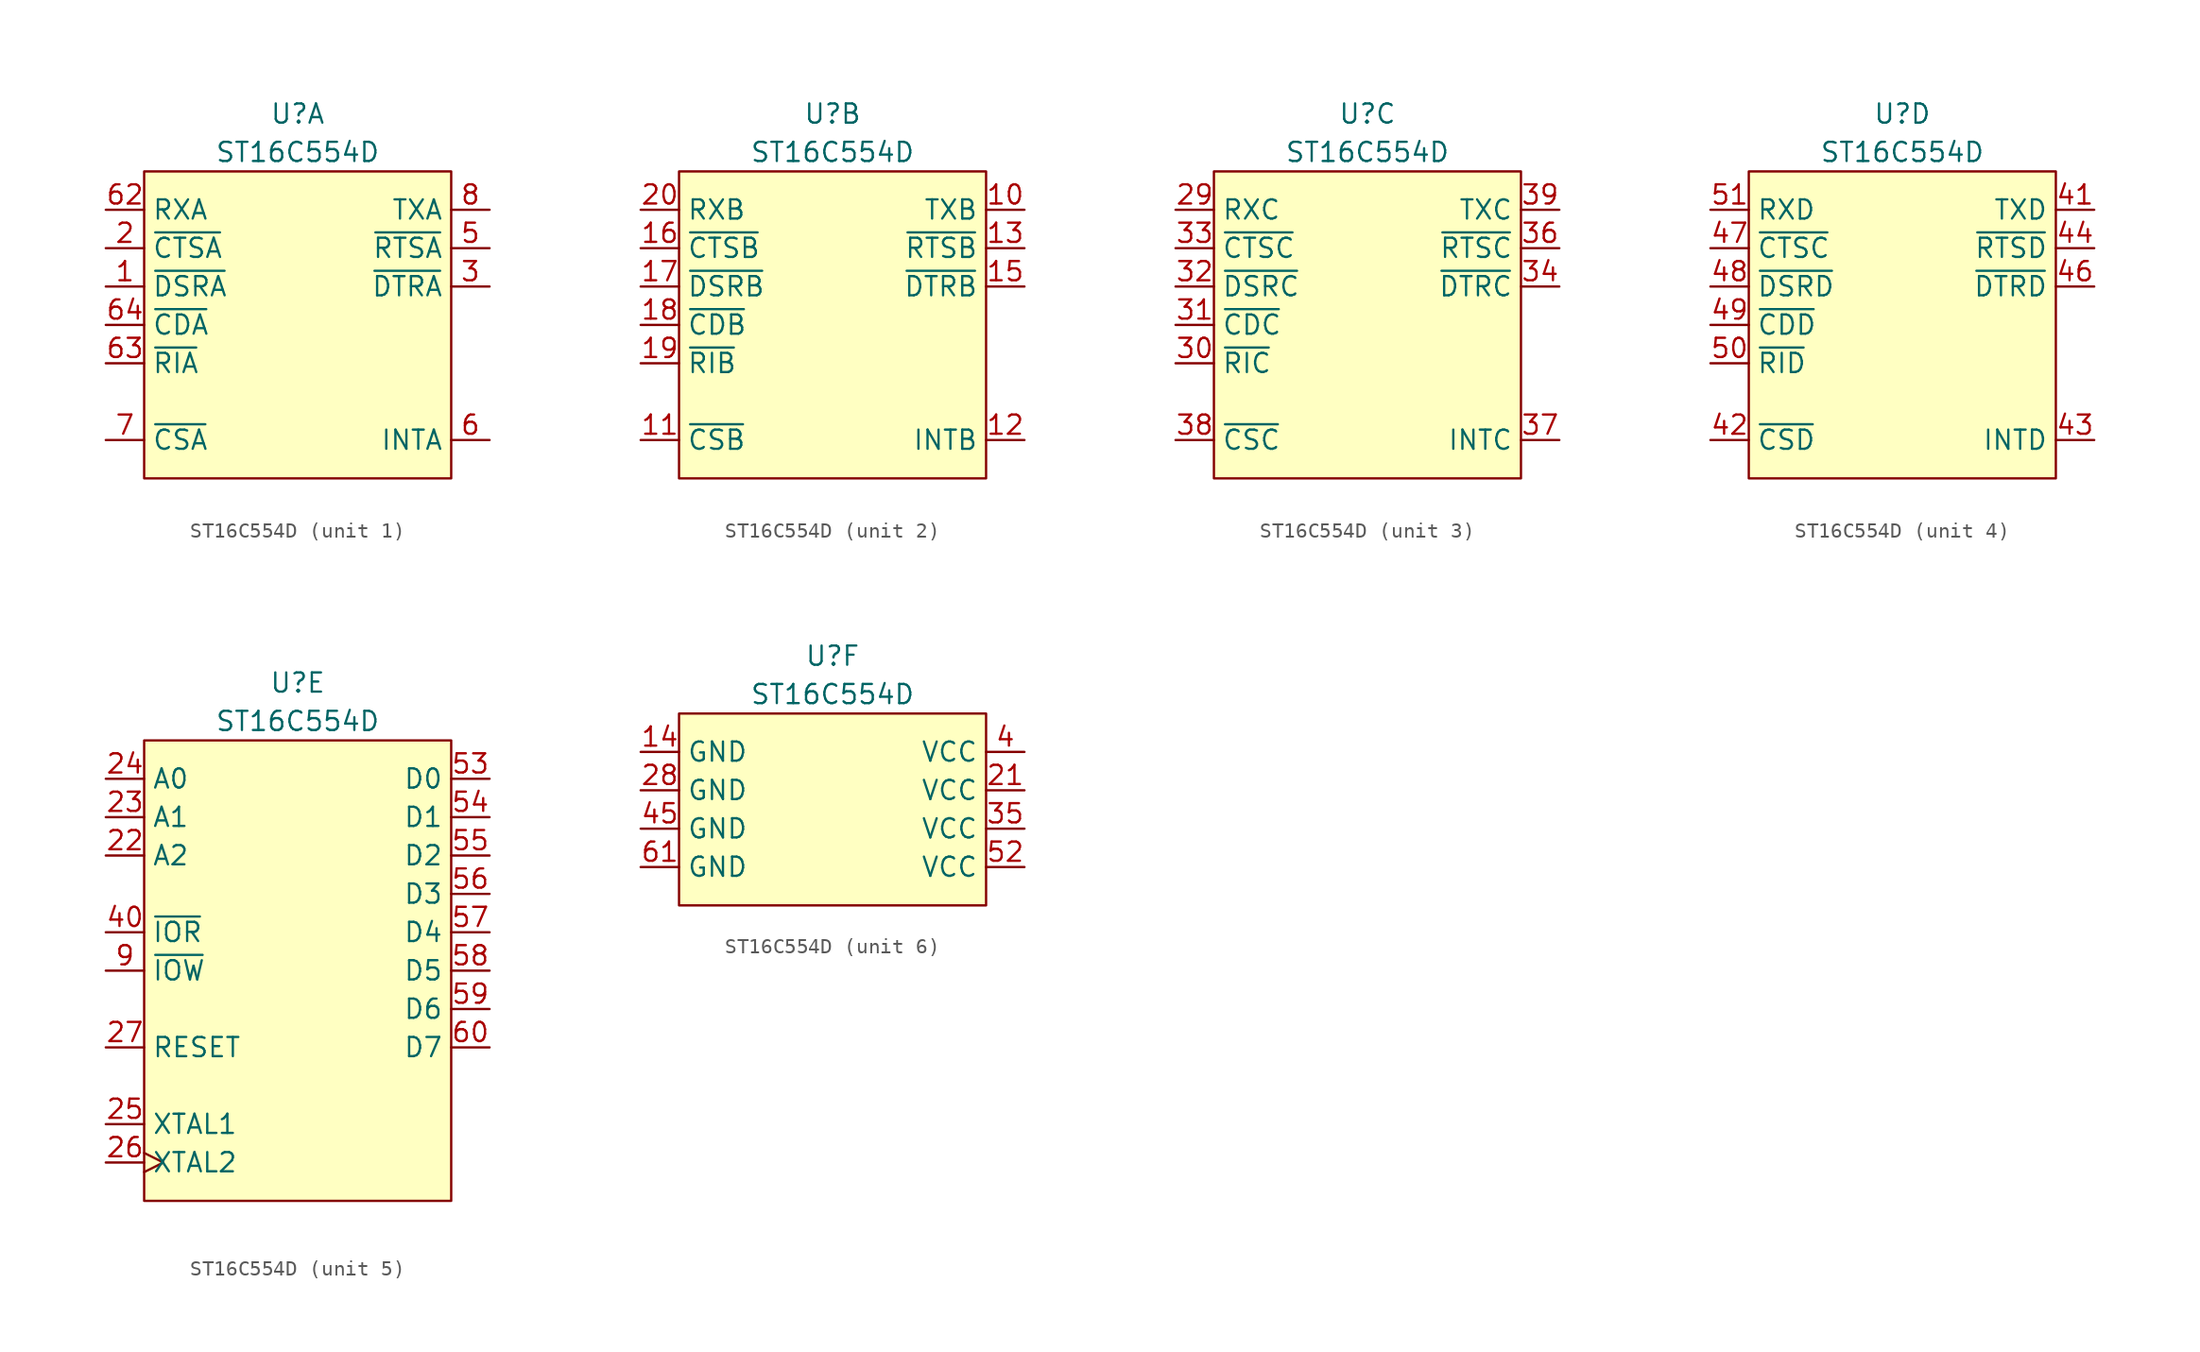
<source format=kicad_sym>
(kicad_symbol_lib
  (version 20231120)
  (generator "kicad_symbol_editor")
  (generator_version "8.0")
  (symbol "ST16C554D"
    (property "Reference" "U"
      (at 0 3.81 0)
      (do_not_autoplace)
      (effects (font (size 1.27 1.27))))
    (property "Value" "ST16C554D"
      (at 0 1.27 0)
      (do_not_autoplace)
      (effects (font (size 1.27 1.27))))
    (property "ki_locked" ""
      (at 0 0 0)
      (effects (font (size 1.27 1.27))))
    (symbol "ST16C554D_1_0"
      (pin input line (at -12.7 -7.62 0) (length 2.54) (name "~{DSRA}" (effects (font (size 1.27 1.27)))) (number "1" (effects (font (size 1.27 1.27)))))
      (pin input line (at -12.7 -5.08 0) (length 2.54) (name "~{CTSA}" (effects (font (size 1.27 1.27)))) (number "2" (effects (font (size 1.27 1.27)))))
      (pin output line (at 12.7 -7.62 180) (length 2.54) (name "~{DTRA}" (effects (font (size 1.27 1.27)))) (number "3" (effects (font (size 1.27 1.27)))))
      (pin output line (at 12.7 -5.08 180) (length 2.54) (name "~{RTSA}" (effects (font (size 1.27 1.27)))) (number "5" (effects (font (size 1.27 1.27)))))
      (pin output line (at 12.7 -17.78 180) (length 2.54) (name "INTA" (effects (font (size 1.27 1.27)))) (number "6" (effects (font (size 1.27 1.27)))))
      (pin input line (at -12.7 -2.54 0) (length 2.54) (name "RXA" (effects (font (size 1.27 1.27)))) (number "62" (effects (font (size 1.27 1.27)))))
      (pin input line (at -12.7 -12.7 0) (length 2.54) (name "~{RIA}" (effects (font (size 1.27 1.27)))) (number "63" (effects (font (size 1.27 1.27)))))
      (pin input line (at -12.7 -10.16 0) (length 2.54) (name "~{CDA}" (effects (font (size 1.27 1.27)))) (number "64" (effects (font (size 1.27 1.27)))))
      (pin input line (at -12.7 -17.78 0) (length 2.54) (name "~{CSA}" (effects (font (size 1.27 1.27)))) (number "7" (effects (font (size 1.27 1.27)))))
      (pin output line (at 12.7 -2.54 180) (length 2.54) (name "TXA" (effects (font (size 1.27 1.27)))) (number "8" (effects (font (size 1.27 1.27))))))
    (symbol "ST16C554D_1_1"
      (rectangle (start -10.16 0) (end 10.16 -20.32) (stroke (width 0) (type default)) (fill (type background))))
    (symbol "ST16C554D_2_0"
      (pin output line (at 12.7 -2.54 180) (length 2.54) (name "TXB" (effects (font (size 1.27 1.27)))) (number "10" (effects (font (size 1.27 1.27)))))
      (pin input line (at -12.7 -17.78 0) (length 2.54) (name "~{CSB}" (effects (font (size 1.27 1.27)))) (number "11" (effects (font (size 1.27 1.27)))))
      (pin output line (at 12.7 -17.78 180) (length 2.54) (name "INTB" (effects (font (size 1.27 1.27)))) (number "12" (effects (font (size 1.27 1.27)))))
      (pin output line (at 12.7 -5.08 180) (length 2.54) (name "~{RTSB}" (effects (font (size 1.27 1.27)))) (number "13" (effects (font (size 1.27 1.27)))))
      (pin output line (at 12.7 -7.62 180) (length 2.54) (name "~{DTRB}" (effects (font (size 1.27 1.27)))) (number "15" (effects (font (size 1.27 1.27)))))
      (pin input line (at -12.7 -5.08 0) (length 2.54) (name "~{CTSB}" (effects (font (size 1.27 1.27)))) (number "16" (effects (font (size 1.27 1.27)))))
      (pin input line (at -12.7 -7.62 0) (length 2.54) (name "~{DSRB}" (effects (font (size 1.27 1.27)))) (number "17" (effects (font (size 1.27 1.27)))))
      (pin input line (at -12.7 -10.16 0) (length 2.54) (name "~{CDB}" (effects (font (size 1.27 1.27)))) (number "18" (effects (font (size 1.27 1.27)))))
      (pin input line (at -12.7 -12.7 0) (length 2.54) (name "~{RIB}" (effects (font (size 1.27 1.27)))) (number "19" (effects (font (size 1.27 1.27)))))
      (pin input line (at -12.7 -2.54 0) (length 2.54) (name "RXB" (effects (font (size 1.27 1.27)))) (number "20" (effects (font (size 1.27 1.27))))))
    (symbol "ST16C554D_2_1"
      (rectangle (start -10.16 0) (end 10.16 -20.32) (stroke (width 0) (type default)) (fill (type background))))
    (symbol "ST16C554D_3_0"
      (pin input line (at -12.7 -2.54 0) (length 2.54) (name "RXC" (effects (font (size 1.27 1.27)))) (number "29" (effects (font (size 1.27 1.27)))))
      (pin input line (at -12.7 -12.7 0) (length 2.54) (name "~{RIC}" (effects (font (size 1.27 1.27)))) (number "30" (effects (font (size 1.27 1.27)))))
      (pin input line (at -12.7 -10.16 0) (length 2.54) (name "~{CDC}" (effects (font (size 1.27 1.27)))) (number "31" (effects (font (size 1.27 1.27)))))
      (pin input line (at -12.7 -7.62 0) (length 2.54) (name "~{DSRC}" (effects (font (size 1.27 1.27)))) (number "32" (effects (font (size 1.27 1.27)))))
      (pin input line (at -12.7 -5.08 0) (length 2.54) (name "~{CTSC}" (effects (font (size 1.27 1.27)))) (number "33" (effects (font (size 1.27 1.27)))))
      (pin output line (at 12.7 -7.62 180) (length 2.54) (name "~{DTRC}" (effects (font (size 1.27 1.27)))) (number "34" (effects (font (size 1.27 1.27)))))
      (pin output line (at 12.7 -5.08 180) (length 2.54) (name "~{RTSC}" (effects (font (size 1.27 1.27)))) (number "36" (effects (font (size 1.27 1.27)))))
      (pin output line (at 12.7 -17.78 180) (length 2.54) (name "INTC" (effects (font (size 1.27 1.27)))) (number "37" (effects (font (size 1.27 1.27)))))
      (pin input line (at -12.7 -17.78 0) (length 2.54) (name "~{CSC}" (effects (font (size 1.27 1.27)))) (number "38" (effects (font (size 1.27 1.27)))))
      (pin output line (at 12.7 -2.54 180) (length 2.54) (name "TXC" (effects (font (size 1.27 1.27)))) (number "39" (effects (font (size 1.27 1.27))))))
    (symbol "ST16C554D_3_1"
      (rectangle (start -10.16 0) (end 10.16 -20.32) (stroke (width 0) (type default)) (fill (type background))))
    (symbol "ST16C554D_4_0"
      (pin output line (at 12.7 -2.54 180) (length 2.54) (name "TXD" (effects (font (size 1.27 1.27)))) (number "41" (effects (font (size 1.27 1.27)))))
      (pin input line (at -12.7 -17.78 0) (length 2.54) (name "~{CSD}" (effects (font (size 1.27 1.27)))) (number "42" (effects (font (size 1.27 1.27)))))
      (pin output line (at 12.7 -17.78 180) (length 2.54) (name "INTD" (effects (font (size 1.27 1.27)))) (number "43" (effects (font (size 1.27 1.27)))))
      (pin output line (at 12.7 -5.08 180) (length 2.54) (name "~{RTSD}" (effects (font (size 1.27 1.27)))) (number "44" (effects (font (size 1.27 1.27)))))
      (pin output line (at 12.7 -7.62 180) (length 2.54) (name "~{DTRD}" (effects (font (size 1.27 1.27)))) (number "46" (effects (font (size 1.27 1.27)))))
      (pin input line (at -12.7 -5.08 0) (length 2.54) (name "~{CTSC}" (effects (font (size 1.27 1.27)))) (number "47" (effects (font (size 1.27 1.27)))))
      (pin input line (at -12.7 -7.62 0) (length 2.54) (name "~{DSRD}" (effects (font (size 1.27 1.27)))) (number "48" (effects (font (size 1.27 1.27)))))
      (pin input line (at -12.7 -10.16 0) (length 2.54) (name "~{CDD}" (effects (font (size 1.27 1.27)))) (number "49" (effects (font (size 1.27 1.27)))))
      (pin input line (at -12.7 -12.7 0) (length 2.54) (name "~{RID}" (effects (font (size 1.27 1.27)))) (number "50" (effects (font (size 1.27 1.27)))))
      (pin input line (at -12.7 -2.54 0) (length 2.54) (name "RXD" (effects (font (size 1.27 1.27)))) (number "51" (effects (font (size 1.27 1.27))))))
    (symbol "ST16C554D_4_1"
      (rectangle (start -10.16 0) (end 10.16 -20.32) (stroke (width 0) (type default)) (fill (type background))))
    (symbol "ST16C554D_5_0"
      (pin input line (at -12.7 -7.62 0) (length 2.54) (name "A2" (effects (font (size 1.27 1.27)))) (number "22" (effects (font (size 1.27 1.27)))))
      (pin input line (at -12.7 -5.08 0) (length 2.54) (name "A1" (effects (font (size 1.27 1.27)))) (number "23" (effects (font (size 1.27 1.27)))))
      (pin input line (at -12.7 -2.54 0) (length 2.54) (name "A0" (effects (font (size 1.27 1.27)))) (number "24" (effects (font (size 1.27 1.27)))))
      (pin input line (at -12.7 -25.4 0) (length 2.54) (name "XTAL1" (effects (font (size 1.27 1.27)))) (number "25" (effects (font (size 1.27 1.27)))))
      (pin output clock (at -12.7 -27.94 0) (length 2.54) (name "XTAL2" (effects (font (size 1.27 1.27)))) (number "26" (effects (font (size 1.27 1.27)))))
      (pin input line (at -12.7 -20.32 0) (length 2.54) (name "RESET" (effects (font (size 1.27 1.27)))) (number "27" (effects (font (size 1.27 1.27)))))
      (pin input line (at -12.7 -12.7 0) (length 2.54) (name "~{IOR}" (effects (font (size 1.27 1.27)))) (number "40" (effects (font (size 1.27 1.27)))))
      (pin tri_state line (at 12.7 -2.54 180) (length 2.54) (name "D0" (effects (font (size 1.27 1.27)))) (number "53" (effects (font (size 1.27 1.27)))))
      (pin tri_state line (at 12.7 -5.08 180) (length 2.54) (name "D1" (effects (font (size 1.27 1.27)))) (number "54" (effects (font (size 1.27 1.27)))))
      (pin tri_state line (at 12.7 -7.62 180) (length 2.54) (name "D2" (effects (font (size 1.27 1.27)))) (number "55" (effects (font (size 1.27 1.27)))))
      (pin tri_state line (at 12.7 -10.16 180) (length 2.54) (name "D3" (effects (font (size 1.27 1.27)))) (number "56" (effects (font (size 1.27 1.27)))))
      (pin tri_state line (at 12.7 -12.7 180) (length 2.54) (name "D4" (effects (font (size 1.27 1.27)))) (number "57" (effects (font (size 1.27 1.27)))))
      (pin tri_state line (at 12.7 -15.24 180) (length 2.54) (name "D5" (effects (font (size 1.27 1.27)))) (number "58" (effects (font (size 1.27 1.27)))))
      (pin tri_state line (at 12.7 -17.78 180) (length 2.54) (name "D6" (effects (font (size 1.27 1.27)))) (number "59" (effects (font (size 1.27 1.27)))))
      (pin tri_state line (at 12.7 -20.32 180) (length 2.54) (name "D7" (effects (font (size 1.27 1.27)))) (number "60" (effects (font (size 1.27 1.27)))))
      (pin input line (at -12.7 -15.24 0) (length 2.54) (name "~{IOW}" (effects (font (size 1.27 1.27)))) (number "9" (effects (font (size 1.27 1.27))))))
    (symbol "ST16C554D_5_1"
      (rectangle (start -10.16 0) (end 10.16 -30.48) (stroke (width 0) (type default)) (fill (type background))))
    (symbol "ST16C554D_6_0"
      (pin power_in line (at -12.7 -2.54 0) (length 2.54) (name "GND" (effects (font (size 1.27 1.27)))) (number "14" (effects (font (size 1.27 1.27)))))
      (pin power_in line (at 12.7 -5.08 180) (length 2.54) (name "VCC" (effects (font (size 1.27 1.27)))) (number "21" (effects (font (size 1.27 1.27)))))
      (pin power_in line (at -12.7 -5.08 0) (length 2.54) (name "GND" (effects (font (size 1.27 1.27)))) (number "28" (effects (font (size 1.27 1.27)))))
      (pin power_in line (at 12.7 -7.62 180) (length 2.54) (name "VCC" (effects (font (size 1.27 1.27)))) (number "35" (effects (font (size 1.27 1.27)))))
      (pin power_in line (at 12.7 -2.54 180) (length 2.54) (name "VCC" (effects (font (size 1.27 1.27)))) (number "4" (effects (font (size 1.27 1.27)))))
      (pin power_in line (at -12.7 -7.62 0) (length 2.54) (name "GND" (effects (font (size 1.27 1.27)))) (number "45" (effects (font (size 1.27 1.27)))))
      (pin power_in line (at 12.7 -10.16 180) (length 2.54) (name "VCC" (effects (font (size 1.27 1.27)))) (number "52" (effects (font (size 1.27 1.27)))))
      (pin power_in line (at -12.7 -10.16 0) (length 2.54) (name "GND" (effects (font (size 1.27 1.27)))) (number "61" (effects (font (size 1.27 1.27))))))
    (symbol "ST16C554D_6_1"
      (rectangle (start -10.16 0) (end 10.16 -12.7) (stroke (width 0) (type default)) (fill (type background))))))
</source>
